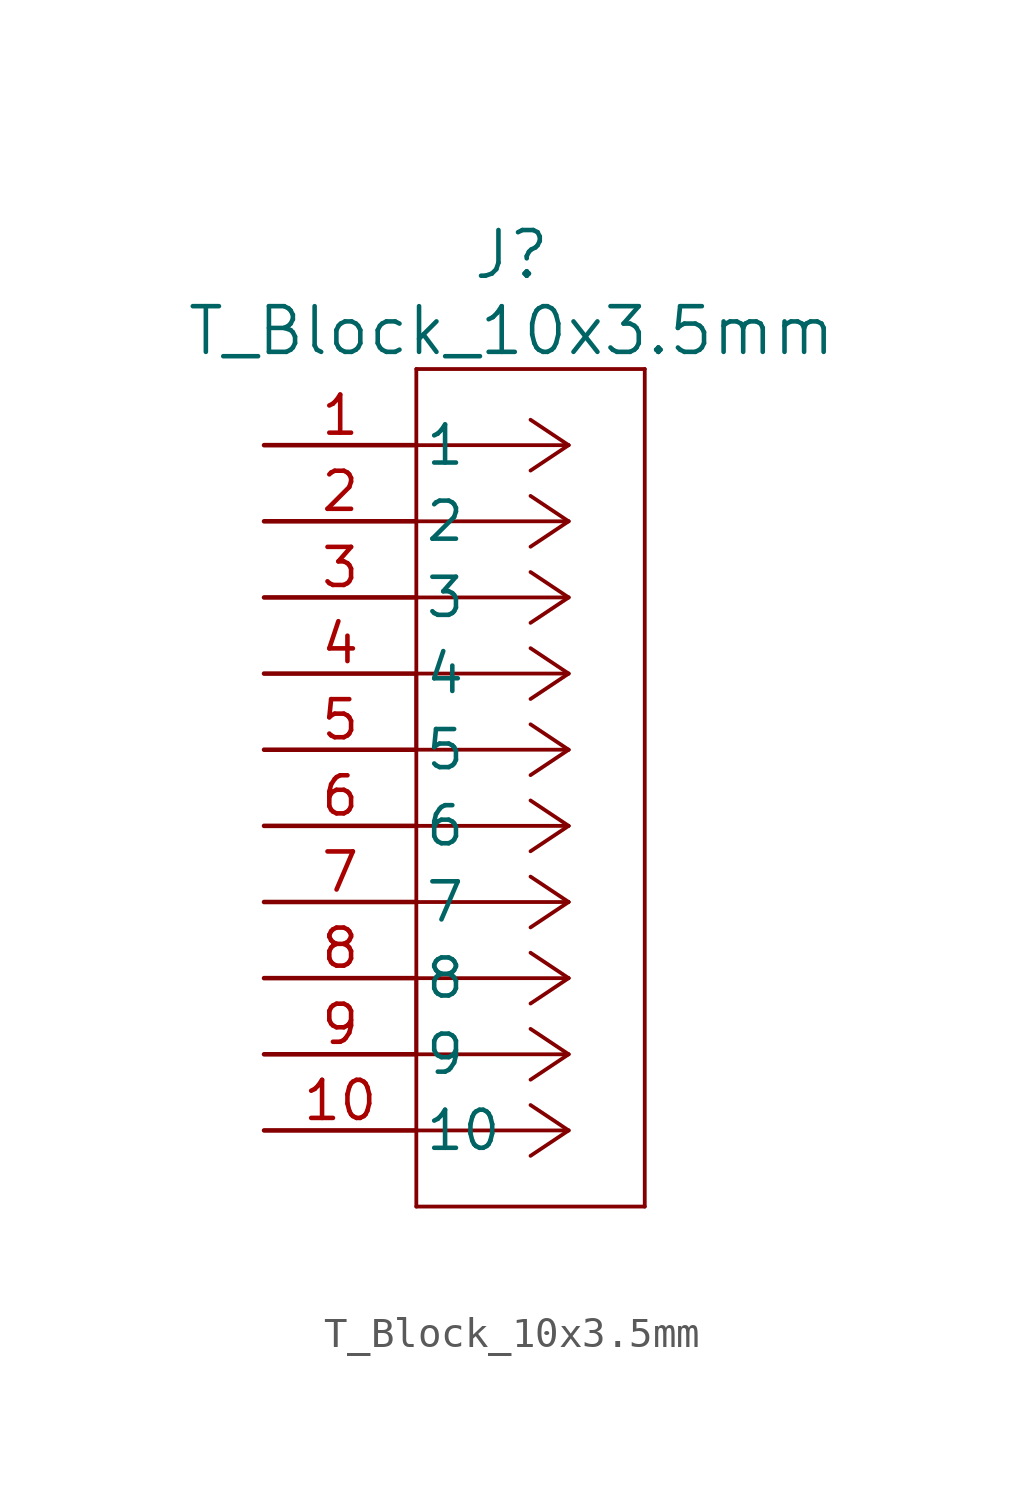
<source format=kicad_sym>
(kicad_symbol_lib
  (version 20220914)
  (generator kicad_symbol_editor)
  (symbol "T_Block_10x3.5mm"
    (pin_names
      (offset 0.254))
    (property "Reference" "J"
      (at 8.255 6.35 0)
      (effects (font (size 1.524 1.524))))
    (property "Value" "T_Block_10x3.5mm"
      (at 8.255 3.81 0)
      (effects (font (size 1.524 1.524))))
    (symbol "T_Block_10x3.5mm_0_1"
      (polyline (pts (xy 5.08 -25.4) (xy 12.7 -25.4)) (stroke (width 0.127) (type default)) (fill (type none)))
      (polyline (pts (xy 5.08 -17.78) (xy 5.08 -25.4)) (stroke (width 0.127) (type default)) (fill (type none)))
      (polyline (pts (xy 5.08 -7.62) (xy 5.08 -20.32)) (stroke (width 0.127) (type default)) (fill (type none)))
      (polyline (pts (xy 5.08 2.54) (xy 5.08 -10.16)) (stroke (width 0.127) (type default)) (fill (type none)))
      (polyline (pts (xy 10.16 -22.86) (xy 5.08 -22.86)) (stroke (width 0.127) (type default)) (fill (type none)))
      (polyline (pts (xy 10.16 -22.86) (xy 8.89 -23.707)) (stroke (width 0.127) (type default)) (fill (type none)))
      (polyline (pts (xy 10.16 -22.86) (xy 8.89 -22.013)) (stroke (width 0.127) (type default)) (fill (type none)))
      (polyline (pts (xy 10.16 -20.32) (xy 5.08 -20.32)) (stroke (width 0.127) (type default)) (fill (type none)))
      (polyline (pts (xy 10.16 -20.32) (xy 8.89 -21.167)) (stroke (width 0.127) (type default)) (fill (type none)))
      (polyline (pts (xy 10.16 -20.32) (xy 8.89 -19.473)) (stroke (width 0.127) (type default)) (fill (type none)))
      (polyline (pts (xy 10.16 -17.78) (xy 5.08 -17.78)) (stroke (width 0.127) (type default)) (fill (type none)))
      (polyline (pts (xy 10.16 -17.78) (xy 8.89 -18.627)) (stroke (width 0.127) (type default)) (fill (type none)))
      (polyline (pts (xy 10.16 -17.78) (xy 8.89 -16.933)) (stroke (width 0.127) (type default)) (fill (type none)))
      (polyline (pts (xy 10.16 -15.24) (xy 5.08 -15.24)) (stroke (width 0.127) (type default)) (fill (type none)))
      (polyline (pts (xy 10.16 -15.24) (xy 8.89 -16.087)) (stroke (width 0.127) (type default)) (fill (type none)))
      (polyline (pts (xy 10.16 -15.24) (xy 8.89 -14.393)) (stroke (width 0.127) (type default)) (fill (type none)))
      (polyline (pts (xy 10.16 -12.7) (xy 5.08 -12.7)) (stroke (width 0.127) (type default)) (fill (type none)))
      (polyline (pts (xy 10.16 -12.7) (xy 8.89 -13.547)) (stroke (width 0.127) (type default)) (fill (type none)))
      (polyline (pts (xy 10.16 -12.7) (xy 8.89 -11.853)) (stroke (width 0.127) (type default)) (fill (type none)))
      (polyline (pts (xy 10.16 -10.16) (xy 5.08 -10.16)) (stroke (width 0.127) (type default)) (fill (type none)))
      (polyline (pts (xy 10.16 -10.16) (xy 8.89 -11.007)) (stroke (width 0.127) (type default)) (fill (type none)))
      (polyline (pts (xy 10.16 -10.16) (xy 8.89 -9.313)) (stroke (width 0.127) (type default)) (fill (type none)))
      (polyline (pts (xy 10.16 -7.62) (xy 5.08 -7.62)) (stroke (width 0.127) (type default)) (fill (type none)))
      (polyline (pts (xy 10.16 -7.62) (xy 8.89 -8.467)) (stroke (width 0.127) (type default)) (fill (type none)))
      (polyline (pts (xy 10.16 -7.62) (xy 8.89 -6.773)) (stroke (width 0.127) (type default)) (fill (type none)))
      (polyline (pts (xy 10.16 -5.08) (xy 5.08 -5.08)) (stroke (width 0.127) (type default)) (fill (type none)))
      (polyline (pts (xy 10.16 -5.08) (xy 8.89 -5.927)) (stroke (width 0.127) (type default)) (fill (type none)))
      (polyline (pts (xy 10.16 -5.08) (xy 8.89 -4.233)) (stroke (width 0.127) (type default)) (fill (type none)))
      (polyline (pts (xy 10.16 -2.54) (xy 5.08 -2.54)) (stroke (width 0.127) (type default)) (fill (type none)))
      (polyline (pts (xy 10.16 -2.54) (xy 8.89 -3.387)) (stroke (width 0.127) (type default)) (fill (type none)))
      (polyline (pts (xy 10.16 -2.54) (xy 8.89 -1.693)) (stroke (width 0.127) (type default)) (fill (type none)))
      (polyline (pts (xy 10.16 0) (xy 5.08 0)) (stroke (width 0.127) (type default)) (fill (type none)))
      (polyline (pts (xy 10.16 0) (xy 8.89 -0.847)) (stroke (width 0.127) (type default)) (fill (type none)))
      (polyline (pts (xy 10.16 0) (xy 8.89 0.847)) (stroke (width 0.127) (type default)) (fill (type none)))
      (polyline (pts (xy 12.7 -25.4) (xy 12.7 2.54)) (stroke (width 0.127) (type default)) (fill (type none)))
      (polyline (pts (xy 12.7 2.54) (xy 5.08 2.54)) (stroke (width 0.127) (type default)) (fill (type none))))
    (symbol "T_Block_10x3.5mm_1_1"
      (pin bidirectional line (at 0 0 0) (length 5.08) (name "1" (effects (font (size 1.27 1.27)))) (number "1" (effects (font (size 1.27 1.27)))))
      (pin bidirectional line (at 0 -22.86 0) (length 5.08) (name "10" (effects (font (size 1.27 1.27)))) (number "10" (effects (font (size 1.27 1.27)))))
      (pin bidirectional line (at 0 -2.54 0) (length 5.08) (name "2" (effects (font (size 1.27 1.27)))) (number "2" (effects (font (size 1.27 1.27)))))
      (pin bidirectional line (at 0 -5.08 0) (length 5.08) (name "3" (effects (font (size 1.27 1.27)))) (number "3" (effects (font (size 1.27 1.27)))))
      (pin bidirectional line (at 0 -7.62 0) (length 5.08) (name "4" (effects (font (size 1.27 1.27)))) (number "4" (effects (font (size 1.27 1.27)))))
      (pin bidirectional line (at 0 -10.16 0) (length 5.08) (name "5" (effects (font (size 1.27 1.27)))) (number "5" (effects (font (size 1.27 1.27)))))
      (pin bidirectional line (at 0 -12.7 0) (length 5.08) (name "6" (effects (font (size 1.27 1.27)))) (number "6" (effects (font (size 1.27 1.27)))))
      (pin bidirectional line (at 0 -15.24 0) (length 5.08) (name "7" (effects (font (size 1.27 1.27)))) (number "7" (effects (font (size 1.27 1.27)))))
      (pin bidirectional line (at 0 -17.78 0) (length 5.08) (name "8" (effects (font (size 1.27 1.27)))) (number "8" (effects (font (size 1.27 1.27)))))
      (pin bidirectional line (at 0 -20.32 0) (length 5.08) (name "9" (effects (font (size 1.27 1.27)))) (number "9" (effects (font (size 1.27 1.27))))))))
</source>
